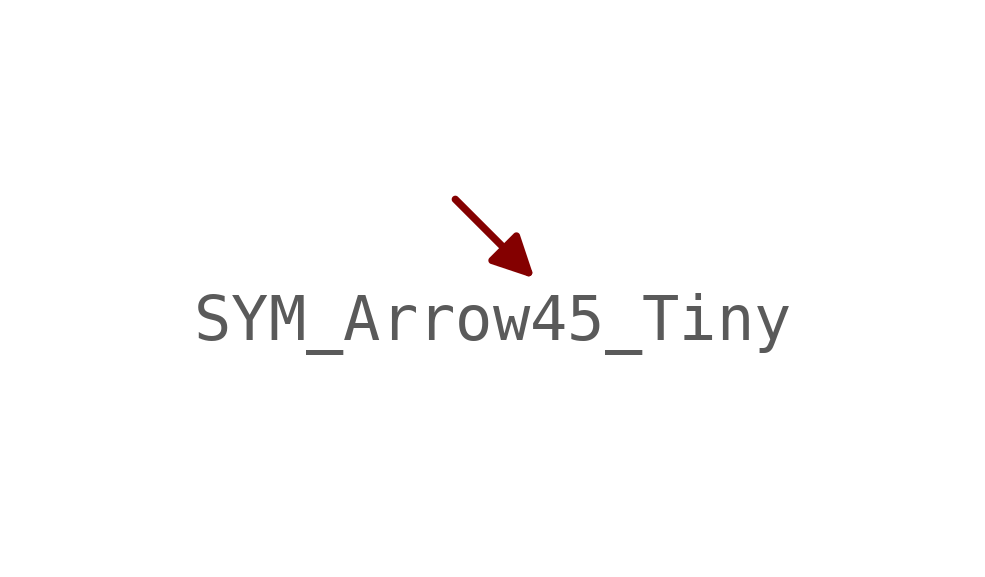
<source format=kicad_sym>
(kicad_symbol_lib
  (version 20220914)
  (generator kicad_symbol_editor)
  (symbol "SYM_Arrow45_Tiny"
    (property "Reference" "#SYM"
      (at 4.064 1.27 0)
      (effects (font (size 1.27 1.27)) hide))
    (symbol "SYM_Arrow45_Tiny_0_1"
      (polyline (pts (xy 0.508 -0.762) (xy -1.016 0.762)) (stroke (width 0) (type default)) (fill (type none)))
      (polyline (pts (xy 0.508 -0.762) (xy -0.254 -0.508) (xy 0.254 0) (xy 0.508 -0.762)) (stroke (width 0) (type default)) (fill (type outline))))))
</source>
